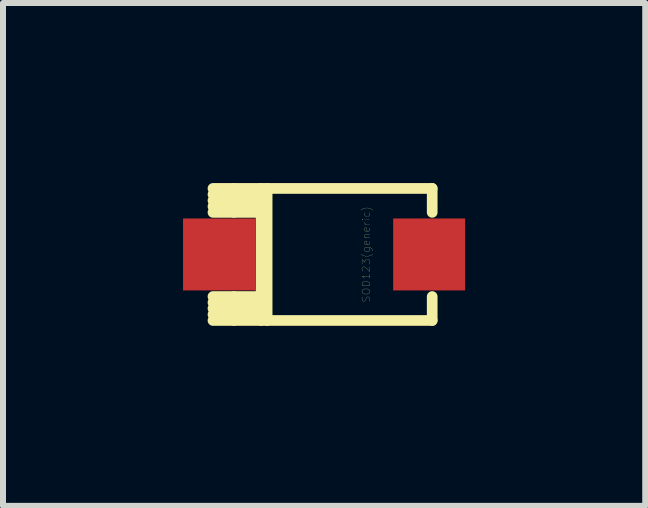
<source format=kicad_pcb>
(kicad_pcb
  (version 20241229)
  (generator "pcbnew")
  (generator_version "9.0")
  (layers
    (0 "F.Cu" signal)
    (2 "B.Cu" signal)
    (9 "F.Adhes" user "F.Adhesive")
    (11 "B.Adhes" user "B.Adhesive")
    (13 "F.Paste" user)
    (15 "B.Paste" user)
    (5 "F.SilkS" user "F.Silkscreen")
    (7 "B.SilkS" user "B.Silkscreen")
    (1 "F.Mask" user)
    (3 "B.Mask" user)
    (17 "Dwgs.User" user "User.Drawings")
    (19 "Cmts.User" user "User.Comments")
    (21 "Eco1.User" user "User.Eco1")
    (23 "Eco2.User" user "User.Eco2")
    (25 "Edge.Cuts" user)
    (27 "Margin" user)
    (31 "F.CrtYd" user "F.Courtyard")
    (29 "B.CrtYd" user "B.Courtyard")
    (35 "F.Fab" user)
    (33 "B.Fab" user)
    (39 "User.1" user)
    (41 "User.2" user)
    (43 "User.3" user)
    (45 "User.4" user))
  (footprint "SOD123(generic)"
    (layer "F.Cu")
    (at 2.349 1.189)
    (property "Reference" "SOD123(generic)" (at 0.701 0 90) (layer "F.SilkS") (effects (font (size 0.127 0.127) (thickness 0.003))))
    (attr smd)
    (fp_line (start -1.851 -1.1) (end 1.8 -1.1) (stroke (width 0.178) (type solid)) (layer "F.SilkS"))
    (fp_line (start -1.851 -0.899) (end -1.051 -0.899) (stroke (width 0.178) (type solid)) (layer "F.SilkS"))
    (fp_line (start -1.851 -0.701) (end -1.051 -0.701) (stroke (width 0.178) (type solid)) (layer "F.SilkS"))
    (fp_line (start -1.851 0.701) (end -1.051 0.701) (stroke (width 0.178) (type solid)) (layer "F.SilkS"))
    (fp_line (start -1.851 0.8) (end -1.051 0.8) (stroke (width 0.178) (type solid)) (layer "F.SilkS"))
    (fp_line (start -1.851 1.1) (end 1.8 1.1) (stroke (width 0.178) (type solid)) (layer "F.SilkS"))
    (fp_line (start -1.501 -1.1) (end -1.501 -0.701) (stroke (width 0.178) (type solid)) (layer "F.SilkS"))
    (fp_line (start -1.501 1.1) (end -1.501 0.701) (stroke (width 0.178) (type solid)) (layer "F.SilkS"))
    (fp_line (start -1.051 -1.1) (end -1.051 1.1) (stroke (width 0.178) (type solid)) (layer "F.SilkS"))
    (fp_line (start -1.051 -1.001) (end -1.851 -1.001) (stroke (width 0.178) (type solid)) (layer "F.SilkS"))
    (fp_line (start -1.051 -0.8) (end -1.851 -0.8) (stroke (width 0.178) (type solid)) (layer "F.SilkS"))
    (fp_line (start -1.051 0.899) (end -1.851 0.899) (stroke (width 0.178) (type solid)) (layer "F.SilkS"))
    (fp_line (start -1.051 1.001) (end -1.851 1.001) (stroke (width 0.178) (type solid)) (layer "F.SilkS"))
    (fp_line (start -0.949 -1.1) (end -0.949 1.1) (stroke (width 0.178) (type solid)) (layer "F.SilkS"))
    (fp_line (start 1.801 -1.1) (end 1.801 -0.701) (stroke (width 0.178) (type solid)) (layer "F.SilkS"))
    (fp_line (start 1.801 1.1) (end 1.801 0.701) (stroke (width 0.178) (type solid)) (layer "F.SilkS"))
    (pad "1" smd rect (at -1.75 0) (size 1.199 1.199) (layers "F.Cu" "F.Mask" "F.Paste"))
    (pad "2" smd rect (at 1.75 0) (size 1.199 1.199) (layers "F.Cu" "F.Mask" "F.Paste")))
  (gr_rect
    (start -3 -3)
    (end 7.699 5.377)
    (stroke (width 0.1) (type default))
    (fill no)
    (layer "Edge.Cuts")))
</source>
